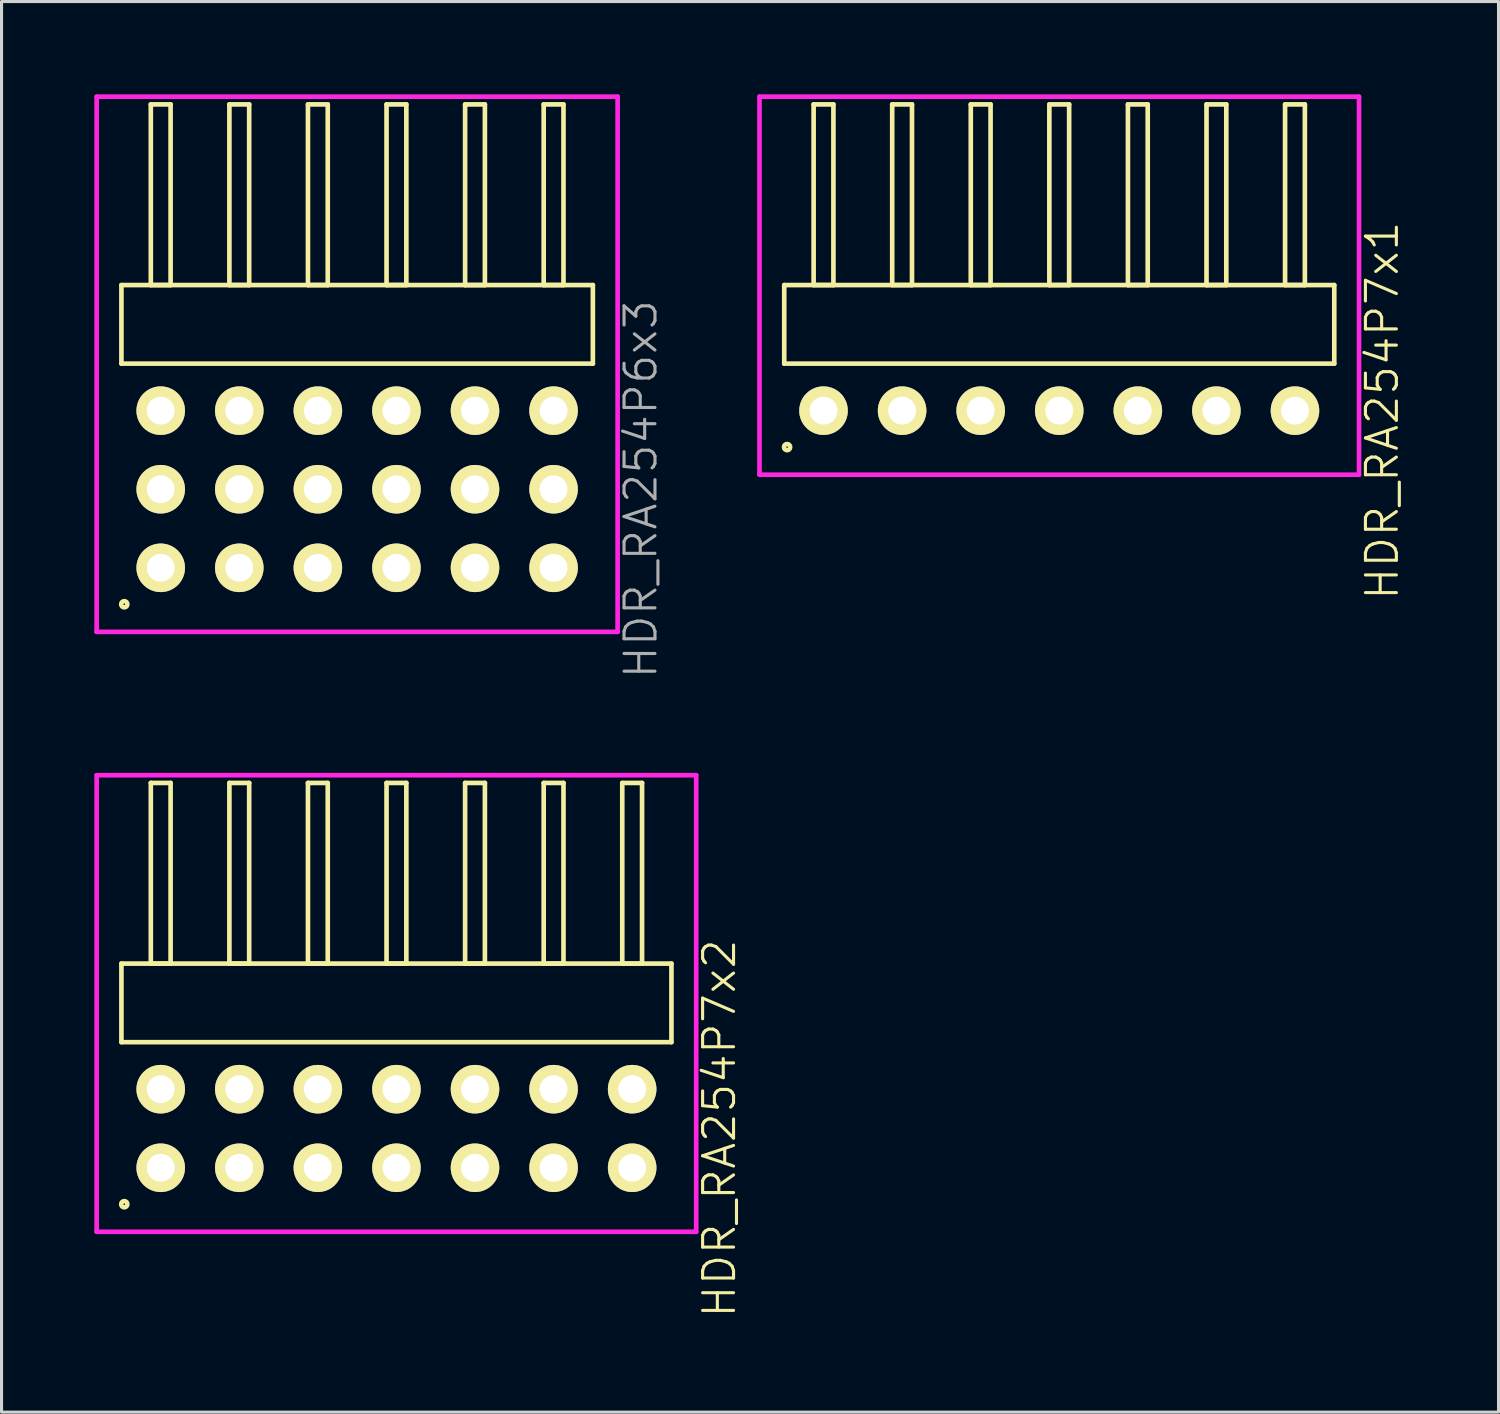
<source format=kicad_pcb>
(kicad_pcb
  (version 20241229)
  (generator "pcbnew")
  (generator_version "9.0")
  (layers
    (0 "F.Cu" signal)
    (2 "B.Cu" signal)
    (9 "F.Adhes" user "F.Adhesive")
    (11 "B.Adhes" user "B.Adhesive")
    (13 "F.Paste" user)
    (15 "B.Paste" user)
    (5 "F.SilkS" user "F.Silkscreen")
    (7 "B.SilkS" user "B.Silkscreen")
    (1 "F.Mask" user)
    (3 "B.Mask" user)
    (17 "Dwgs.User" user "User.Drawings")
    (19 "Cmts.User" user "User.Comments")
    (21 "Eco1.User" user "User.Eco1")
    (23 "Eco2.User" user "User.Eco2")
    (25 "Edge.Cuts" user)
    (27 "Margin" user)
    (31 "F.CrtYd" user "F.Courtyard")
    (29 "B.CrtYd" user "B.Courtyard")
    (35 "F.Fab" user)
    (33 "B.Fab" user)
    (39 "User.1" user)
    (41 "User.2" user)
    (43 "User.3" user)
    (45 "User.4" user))
  (footprint "HDR_RA254P7x2"
    (layer "F.Cu")
    (at 9.765 33.429)
    (property "Reference" "HDR_RA254P7x2" (at 10.44 0 90) (layer "F.SilkS") (effects (font (size 1 1) (thickness 0.1))))
    (attr through_hole)
    (fp_line (start -8.89 -5.33) (end -8.89 -2.79) (stroke (width 0.15) (type solid)) (layer "F.SilkS"))
    (fp_line (start -8.89 -2.79) (end 8.89 -2.79) (stroke (width 0.15) (type solid)) (layer "F.SilkS"))
    (fp_line (start -7.94 -11.17) (end -7.94 -5.33) (stroke (width 0.15) (type solid)) (layer "F.SilkS"))
    (fp_line (start -7.94 -5.33) (end -7.3 -5.33) (stroke (width 0.15) (type solid)) (layer "F.SilkS"))
    (fp_line (start -7.3 -11.17) (end -7.94 -11.17) (stroke (width 0.15) (type solid)) (layer "F.SilkS"))
    (fp_line (start -7.3 -5.33) (end -7.3 -11.17) (stroke (width 0.15) (type solid)) (layer "F.SilkS"))
    (fp_line (start -5.4 -11.17) (end -5.4 -5.33) (stroke (width 0.15) (type solid)) (layer "F.SilkS"))
    (fp_line (start -5.4 -5.33) (end -4.76 -5.33) (stroke (width 0.15) (type solid)) (layer "F.SilkS"))
    (fp_line (start -4.76 -11.17) (end -5.4 -11.17) (stroke (width 0.15) (type solid)) (layer "F.SilkS"))
    (fp_line (start -4.76 -5.33) (end -4.76 -11.17) (stroke (width 0.15) (type solid)) (layer "F.SilkS"))
    (fp_line (start -2.86 -11.17) (end -2.86 -5.33) (stroke (width 0.15) (type solid)) (layer "F.SilkS"))
    (fp_line (start -2.86 -5.33) (end -2.22 -5.33) (stroke (width 0.15) (type solid)) (layer "F.SilkS"))
    (fp_line (start -2.22 -11.17) (end -2.86 -11.17) (stroke (width 0.15) (type solid)) (layer "F.SilkS"))
    (fp_line (start -2.22 -5.33) (end -2.22 -11.17) (stroke (width 0.15) (type solid)) (layer "F.SilkS"))
    (fp_line (start -0.32 -11.17) (end -0.32 -5.33) (stroke (width 0.15) (type solid)) (layer "F.SilkS"))
    (fp_line (start -0.32 -5.33) (end 0.32 -5.33) (stroke (width 0.15) (type solid)) (layer "F.SilkS"))
    (fp_line (start 0.32 -11.17) (end -0.32 -11.17) (stroke (width 0.15) (type solid)) (layer "F.SilkS"))
    (fp_line (start 0.32 -5.33) (end 0.32 -11.17) (stroke (width 0.15) (type solid)) (layer "F.SilkS"))
    (fp_line (start 2.22 -11.17) (end 2.22 -5.33) (stroke (width 0.15) (type solid)) (layer "F.SilkS"))
    (fp_line (start 2.22 -5.33) (end 2.86 -5.33) (stroke (width 0.15) (type solid)) (layer "F.SilkS"))
    (fp_line (start 2.86 -11.17) (end 2.22 -11.17) (stroke (width 0.15) (type solid)) (layer "F.SilkS"))
    (fp_line (start 2.86 -5.33) (end 2.86 -11.17) (stroke (width 0.15) (type solid)) (layer "F.SilkS"))
    (fp_line (start 4.76 -11.17) (end 4.76 -5.33) (stroke (width 0.15) (type solid)) (layer "F.SilkS"))
    (fp_line (start 4.76 -5.33) (end 5.4 -5.33) (stroke (width 0.15) (type solid)) (layer "F.SilkS"))
    (fp_line (start 5.4 -11.17) (end 4.76 -11.17) (stroke (width 0.15) (type solid)) (layer "F.SilkS"))
    (fp_line (start 5.4 -5.33) (end 5.4 -11.17) (stroke (width 0.15) (type solid)) (layer "F.SilkS"))
    (fp_line (start 7.3 -11.17) (end 7.3 -5.33) (stroke (width 0.15) (type solid)) (layer "F.SilkS"))
    (fp_line (start 7.3 -5.33) (end 7.94 -5.33) (stroke (width 0.15) (type solid)) (layer "F.SilkS"))
    (fp_line (start 7.94 -11.17) (end 7.3 -11.17) (stroke (width 0.15) (type solid)) (layer "F.SilkS"))
    (fp_line (start 7.94 -5.33) (end 7.94 -11.17) (stroke (width 0.15) (type solid)) (layer "F.SilkS"))
    (fp_line (start 8.89 -5.33) (end -8.89 -5.33) (stroke (width 0.15) (type solid)) (layer "F.SilkS"))
    (fp_line (start 8.89 -2.79) (end 8.89 -5.33) (stroke (width 0.15) (type solid)) (layer "F.SilkS"))
    (fp_circle (center -8.798 2.448) (end -8.698 2.448) (stroke (width 0.15) (type solid)) (fill no) (layer "F.SilkS"))
    (fp_line (start -9.69 -11.42) (end -9.69 3.34) (stroke (width 0.15) (type solid)) (layer "F.CrtYd"))
    (fp_line (start -9.69 3.34) (end 9.69 3.34) (stroke (width 0.15) (type solid)) (layer "F.CrtYd"))
    (fp_line (start 9.69 -11.42) (end -9.69 -11.42) (stroke (width 0.15) (type solid)) (layer "F.CrtYd"))
    (fp_line (start 9.69 3.34) (end 9.69 -11.42) (stroke (width 0.15) (type solid)) (layer "F.CrtYd"))
    (pad "1" thru_hole oval (at -7.62 1.27) (size 1.57 1.57) (drill 0.9) (layers "*.Cu" "*.Mask" "F.SilkS"))
    (pad "2" thru_hole oval (at -7.62 -1.27) (size 1.57 1.57) (drill 0.9) (layers "*.Cu" "*.Mask" "F.SilkS"))
    (pad "3" thru_hole oval (at -5.08 1.27) (size 1.57 1.57) (drill 0.9) (layers "*.Cu" "*.Mask" "F.SilkS"))
    (pad "4" thru_hole oval (at -5.08 -1.27) (size 1.57 1.57) (drill 0.9) (layers "*.Cu" "*.Mask" "F.SilkS"))
    (pad "5" thru_hole oval (at -2.54 1.27) (size 1.57 1.57) (drill 0.9) (layers "*.Cu" "*.Mask" "F.SilkS"))
    (pad "6" thru_hole oval (at -2.54 -1.27) (size 1.57 1.57) (drill 0.9) (layers "*.Cu" "*.Mask" "F.SilkS"))
    (pad "7" thru_hole oval (at 0 1.27) (size 1.57 1.57) (drill 0.9) (layers "*.Cu" "*.Mask" "F.SilkS"))
    (pad "8" thru_hole oval (at 0 -1.27) (size 1.57 1.57) (drill 0.9) (layers "*.Cu" "*.Mask" "F.SilkS"))
    (pad "9" thru_hole oval (at 2.54 1.27) (size 1.57 1.57) (drill 0.9) (layers "*.Cu" "*.Mask" "F.SilkS"))
    (pad "10" thru_hole oval (at 2.54 -1.27) (size 1.57 1.57) (drill 0.9) (layers "*.Cu" "*.Mask" "F.SilkS"))
    (pad "11" thru_hole oval (at 5.08 1.27) (size 1.57 1.57) (drill 0.9) (layers "*.Cu" "*.Mask" "F.SilkS"))
    (pad "12" thru_hole oval (at 5.08 -1.27) (size 1.57 1.57) (drill 0.9) (layers "*.Cu" "*.Mask" "F.SilkS"))
    (pad "13" thru_hole oval (at 7.62 1.27) (size 1.57 1.57) (drill 0.9) (layers "*.Cu" "*.Mask" "F.SilkS"))
    (pad "14" thru_hole oval (at 7.62 -1.27) (size 1.57 1.57) (drill 0.9) (layers "*.Cu" "*.Mask" "F.SilkS")))
  (footprint "HDR_RA254P7x1"
    (layer "F.Cu")
    (at 31.191 10.225)
    (property "Reference" "HDR_RA254P7x1" (at 10.44 0 90) (layer "F.SilkS") (effects (font (size 1 1) (thickness 0.1))))
    (attr through_hole)
    (fp_line (start -8.89 -4.06) (end -8.89 -1.52) (stroke (width 0.15) (type solid)) (layer "F.SilkS"))
    (fp_line (start -8.89 -1.52) (end 8.89 -1.52) (stroke (width 0.15) (type solid)) (layer "F.SilkS"))
    (fp_line (start -7.94 -9.9) (end -7.94 -4.06) (stroke (width 0.15) (type solid)) (layer "F.SilkS"))
    (fp_line (start -7.94 -4.06) (end -7.3 -4.06) (stroke (width 0.15) (type solid)) (layer "F.SilkS"))
    (fp_line (start -7.3 -9.9) (end -7.94 -9.9) (stroke (width 0.15) (type solid)) (layer "F.SilkS"))
    (fp_line (start -7.3 -4.06) (end -7.3 -9.9) (stroke (width 0.15) (type solid)) (layer "F.SilkS"))
    (fp_line (start -5.4 -9.9) (end -5.4 -4.06) (stroke (width 0.15) (type solid)) (layer "F.SilkS"))
    (fp_line (start -5.4 -4.06) (end -4.76 -4.06) (stroke (width 0.15) (type solid)) (layer "F.SilkS"))
    (fp_line (start -4.76 -9.9) (end -5.4 -9.9) (stroke (width 0.15) (type solid)) (layer "F.SilkS"))
    (fp_line (start -4.76 -4.06) (end -4.76 -9.9) (stroke (width 0.15) (type solid)) (layer "F.SilkS"))
    (fp_line (start -2.86 -9.9) (end -2.86 -4.06) (stroke (width 0.15) (type solid)) (layer "F.SilkS"))
    (fp_line (start -2.86 -4.06) (end -2.22 -4.06) (stroke (width 0.15) (type solid)) (layer "F.SilkS"))
    (fp_line (start -2.22 -9.9) (end -2.86 -9.9) (stroke (width 0.15) (type solid)) (layer "F.SilkS"))
    (fp_line (start -2.22 -4.06) (end -2.22 -9.9) (stroke (width 0.15) (type solid)) (layer "F.SilkS"))
    (fp_line (start -0.32 -9.9) (end -0.32 -4.06) (stroke (width 0.15) (type solid)) (layer "F.SilkS"))
    (fp_line (start -0.32 -4.06) (end 0.32 -4.06) (stroke (width 0.15) (type solid)) (layer "F.SilkS"))
    (fp_line (start 0.32 -9.9) (end -0.32 -9.9) (stroke (width 0.15) (type solid)) (layer "F.SilkS"))
    (fp_line (start 0.32 -4.06) (end 0.32 -9.9) (stroke (width 0.15) (type solid)) (layer "F.SilkS"))
    (fp_line (start 2.22 -9.9) (end 2.22 -4.06) (stroke (width 0.15) (type solid)) (layer "F.SilkS"))
    (fp_line (start 2.22 -4.06) (end 2.86 -4.06) (stroke (width 0.15) (type solid)) (layer "F.SilkS"))
    (fp_line (start 2.86 -9.9) (end 2.22 -9.9) (stroke (width 0.15) (type solid)) (layer "F.SilkS"))
    (fp_line (start 2.86 -4.06) (end 2.86 -9.9) (stroke (width 0.15) (type solid)) (layer "F.SilkS"))
    (fp_line (start 4.76 -9.9) (end 4.76 -4.06) (stroke (width 0.15) (type solid)) (layer "F.SilkS"))
    (fp_line (start 4.76 -4.06) (end 5.4 -4.06) (stroke (width 0.15) (type solid)) (layer "F.SilkS"))
    (fp_line (start 5.4 -9.9) (end 4.76 -9.9) (stroke (width 0.15) (type solid)) (layer "F.SilkS"))
    (fp_line (start 5.4 -4.06) (end 5.4 -9.9) (stroke (width 0.15) (type solid)) (layer "F.SilkS"))
    (fp_line (start 7.3 -9.9) (end 7.3 -4.06) (stroke (width 0.15) (type solid)) (layer "F.SilkS"))
    (fp_line (start 7.3 -4.06) (end 7.94 -4.06) (stroke (width 0.15) (type solid)) (layer "F.SilkS"))
    (fp_line (start 7.94 -9.9) (end 7.3 -9.9) (stroke (width 0.15) (type solid)) (layer "F.SilkS"))
    (fp_line (start 7.94 -4.06) (end 7.94 -9.9) (stroke (width 0.15) (type solid)) (layer "F.SilkS"))
    (fp_line (start 8.89 -4.06) (end -8.89 -4.06) (stroke (width 0.15) (type solid)) (layer "F.SilkS"))
    (fp_line (start 8.89 -1.52) (end 8.89 -4.06) (stroke (width 0.15) (type solid)) (layer "F.SilkS"))
    (fp_circle (center -8.798 1.178) (end -8.698 1.178) (stroke (width 0.15) (type solid)) (fill no) (layer "F.SilkS"))
    (fp_line (start -9.69 -10.15) (end -9.69 2.07) (stroke (width 0.15) (type solid)) (layer "F.CrtYd"))
    (fp_line (start -9.69 2.07) (end 9.69 2.07) (stroke (width 0.15) (type solid)) (layer "F.CrtYd"))
    (fp_line (start 9.69 -10.15) (end -9.69 -10.15) (stroke (width 0.15) (type solid)) (layer "F.CrtYd"))
    (fp_line (start 9.69 2.07) (end 9.69 -10.15) (stroke (width 0.15) (type solid)) (layer "F.CrtYd"))
    (pad "1" thru_hole oval (at -7.62 0) (size 1.57 1.57) (drill 0.9) (layers "*.Cu" "*.Mask" "F.SilkS"))
    (pad "2" thru_hole oval (at -5.08 0) (size 1.57 1.57) (drill 0.9) (layers "*.Cu" "*.Mask" "F.SilkS"))
    (pad "3" thru_hole oval (at -2.54 0) (size 1.57 1.57) (drill 0.9) (layers "*.Cu" "*.Mask" "F.SilkS"))
    (pad "4" thru_hole oval (at 0 0) (size 1.57 1.57) (drill 0.9) (layers "*.Cu" "*.Mask" "F.SilkS"))
    (pad "5" thru_hole oval (at 2.54 0) (size 1.57 1.57) (drill 0.9) (layers "*.Cu" "*.Mask" "F.SilkS"))
    (pad "6" thru_hole oval (at 5.08 0) (size 1.57 1.57) (drill 0.9) (layers "*.Cu" "*.Mask" "F.SilkS"))
    (pad "7" thru_hole oval (at 7.62 0) (size 1.57 1.57) (drill 0.9) (layers "*.Cu" "*.Mask" "F.SilkS")))
  (footprint "HDR_RA254P6x3"
    (layer "F.Cu")
    (at 8.495 12.765)
    (property "Reference" "HDR_RA254P6x3" (at 9.17 0 90) (layer "F.Fab") (effects (font (size 1 1) (thickness 0.1))))
    (attr through_hole)
    (fp_line (start -7.62 -6.6) (end -7.62 -4.06) (stroke (width 0.15) (type solid)) (layer "F.SilkS"))
    (fp_line (start -7.62 -4.06) (end 7.62 -4.06) (stroke (width 0.15) (type solid)) (layer "F.SilkS"))
    (fp_line (start -6.67 -12.44) (end -6.67 -6.6) (stroke (width 0.15) (type solid)) (layer "F.SilkS"))
    (fp_line (start -6.67 -6.6) (end -6.03 -6.6) (stroke (width 0.15) (type solid)) (layer "F.SilkS"))
    (fp_line (start -6.03 -12.44) (end -6.67 -12.44) (stroke (width 0.15) (type solid)) (layer "F.SilkS"))
    (fp_line (start -6.03 -6.6) (end -6.03 -12.44) (stroke (width 0.15) (type solid)) (layer "F.SilkS"))
    (fp_line (start -4.13 -12.44) (end -4.13 -6.6) (stroke (width 0.15) (type solid)) (layer "F.SilkS"))
    (fp_line (start -4.13 -6.6) (end -3.49 -6.6) (stroke (width 0.15) (type solid)) (layer "F.SilkS"))
    (fp_line (start -3.49 -12.44) (end -4.13 -12.44) (stroke (width 0.15) (type solid)) (layer "F.SilkS"))
    (fp_line (start -3.49 -6.6) (end -3.49 -12.44) (stroke (width 0.15) (type solid)) (layer "F.SilkS"))
    (fp_line (start -1.59 -12.44) (end -1.59 -6.6) (stroke (width 0.15) (type solid)) (layer "F.SilkS"))
    (fp_line (start -1.59 -6.6) (end -0.95 -6.6) (stroke (width 0.15) (type solid)) (layer "F.SilkS"))
    (fp_line (start -0.95 -12.44) (end -1.59 -12.44) (stroke (width 0.15) (type solid)) (layer "F.SilkS"))
    (fp_line (start -0.95 -6.6) (end -0.95 -12.44) (stroke (width 0.15) (type solid)) (layer "F.SilkS"))
    (fp_line (start 0.95 -12.44) (end 0.95 -6.6) (stroke (width 0.15) (type solid)) (layer "F.SilkS"))
    (fp_line (start 0.95 -6.6) (end 1.59 -6.6) (stroke (width 0.15) (type solid)) (layer "F.SilkS"))
    (fp_line (start 1.59 -12.44) (end 0.95 -12.44) (stroke (width 0.15) (type solid)) (layer "F.SilkS"))
    (fp_line (start 1.59 -6.6) (end 1.59 -12.44) (stroke (width 0.15) (type solid)) (layer "F.SilkS"))
    (fp_line (start 3.49 -12.44) (end 3.49 -6.6) (stroke (width 0.15) (type solid)) (layer "F.SilkS"))
    (fp_line (start 3.49 -6.6) (end 4.13 -6.6) (stroke (width 0.15) (type solid)) (layer "F.SilkS"))
    (fp_line (start 4.13 -12.44) (end 3.49 -12.44) (stroke (width 0.15) (type solid)) (layer "F.SilkS"))
    (fp_line (start 4.13 -6.6) (end 4.13 -12.44) (stroke (width 0.15) (type solid)) (layer "F.SilkS"))
    (fp_line (start 6.03 -12.44) (end 6.03 -6.6) (stroke (width 0.15) (type solid)) (layer "F.SilkS"))
    (fp_line (start 6.03 -6.6) (end 6.67 -6.6) (stroke (width 0.15) (type solid)) (layer "F.SilkS"))
    (fp_line (start 6.67 -12.44) (end 6.03 -12.44) (stroke (width 0.15) (type solid)) (layer "F.SilkS"))
    (fp_line (start 6.67 -6.6) (end 6.67 -12.44) (stroke (width 0.15) (type solid)) (layer "F.SilkS"))
    (fp_line (start 7.62 -6.6) (end -7.62 -6.6) (stroke (width 0.15) (type solid)) (layer "F.SilkS"))
    (fp_line (start 7.62 -4.06) (end 7.62 -6.6) (stroke (width 0.15) (type solid)) (layer "F.SilkS"))
    (fp_circle (center -7.528 3.718) (end -7.428 3.718) (stroke (width 0.15) (type solid)) (fill no) (layer "F.SilkS"))
    (fp_line (start -8.42 -12.69) (end -8.42 4.61) (stroke (width 0.15) (type solid)) (layer "F.CrtYd"))
    (fp_line (start -8.42 4.61) (end 8.42 4.61) (stroke (width 0.15) (type solid)) (layer "F.CrtYd"))
    (fp_line (start 8.42 -12.69) (end -8.42 -12.69) (stroke (width 0.15) (type solid)) (layer "F.CrtYd"))
    (fp_line (start 8.42 4.61) (end 8.42 -12.69) (stroke (width 0.15) (type solid)) (layer "F.CrtYd"))
    (pad "1" thru_hole oval (at -6.35 2.54) (size 1.57 1.57) (drill 0.9) (layers "*.Cu" "*.Mask" "F.SilkS"))
    (pad "2" thru_hole oval (at -6.35 0) (size 1.57 1.57) (drill 0.9) (layers "*.Cu" "*.Mask" "F.SilkS"))
    (pad "3" thru_hole oval (at -6.35 -2.54) (size 1.57 1.57) (drill 0.9) (layers "*.Cu" "*.Mask" "F.SilkS"))
    (pad "4" thru_hole oval (at -3.81 2.54) (size 1.57 1.57) (drill 0.9) (layers "*.Cu" "*.Mask" "F.SilkS"))
    (pad "5" thru_hole oval (at -3.81 0) (size 1.57 1.57) (drill 0.9) (layers "*.Cu" "*.Mask" "F.SilkS"))
    (pad "6" thru_hole oval (at -3.81 -2.54) (size 1.57 1.57) (drill 0.9) (layers "*.Cu" "*.Mask" "F.SilkS"))
    (pad "7" thru_hole oval (at -1.27 2.54) (size 1.57 1.57) (drill 0.9) (layers "*.Cu" "*.Mask" "F.SilkS"))
    (pad "8" thru_hole oval (at -1.27 0) (size 1.57 1.57) (drill 0.9) (layers "*.Cu" "*.Mask" "F.SilkS"))
    (pad "9" thru_hole oval (at -1.27 -2.54) (size 1.57 1.57) (drill 0.9) (layers "*.Cu" "*.Mask" "F.SilkS"))
    (pad "10" thru_hole oval (at 1.27 2.54) (size 1.57 1.57) (drill 0.9) (layers "*.Cu" "*.Mask" "F.SilkS"))
    (pad "11" thru_hole oval (at 1.27 0) (size 1.57 1.57) (drill 0.9) (layers "*.Cu" "*.Mask" "F.SilkS"))
    (pad "12" thru_hole oval (at 1.27 -2.54) (size 1.57 1.57) (drill 0.9) (layers "*.Cu" "*.Mask" "F.SilkS"))
    (pad "13" thru_hole oval (at 3.81 2.54) (size 1.57 1.57) (drill 0.9) (layers "*.Cu" "*.Mask" "F.SilkS"))
    (pad "14" thru_hole oval (at 3.81 0) (size 1.57 1.57) (drill 0.9) (layers "*.Cu" "*.Mask" "F.SilkS"))
    (pad "15" thru_hole oval (at 3.81 -2.54) (size 1.57 1.57) (drill 0.9) (layers "*.Cu" "*.Mask" "F.SilkS"))
    (pad "16" thru_hole oval (at 6.35 2.54) (size 1.57 1.57) (drill 0.9) (layers "*.Cu" "*.Mask" "F.SilkS"))
    (pad "17" thru_hole oval (at 6.35 0) (size 1.57 1.57) (drill 0.9) (layers "*.Cu" "*.Mask" "F.SilkS"))
    (pad "18" thru_hole oval (at 6.35 -2.54) (size 1.57 1.57) (drill 0.9) (layers "*.Cu" "*.Mask" "F.SilkS")))
  (gr_rect
    (start -3 -3)
    (end 45.391 42.598)
    (stroke (width 0.1) (type default))
    (fill no)
    (layer "Edge.Cuts")))
</source>
